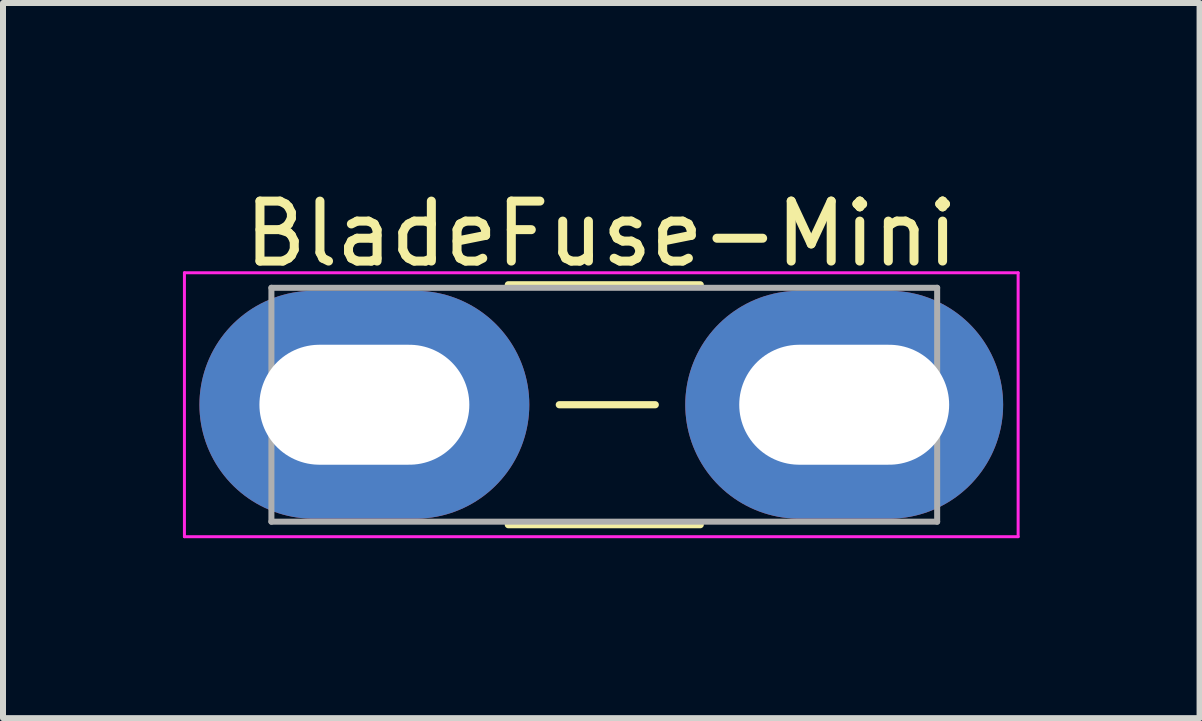
<source format=kicad_pcb>
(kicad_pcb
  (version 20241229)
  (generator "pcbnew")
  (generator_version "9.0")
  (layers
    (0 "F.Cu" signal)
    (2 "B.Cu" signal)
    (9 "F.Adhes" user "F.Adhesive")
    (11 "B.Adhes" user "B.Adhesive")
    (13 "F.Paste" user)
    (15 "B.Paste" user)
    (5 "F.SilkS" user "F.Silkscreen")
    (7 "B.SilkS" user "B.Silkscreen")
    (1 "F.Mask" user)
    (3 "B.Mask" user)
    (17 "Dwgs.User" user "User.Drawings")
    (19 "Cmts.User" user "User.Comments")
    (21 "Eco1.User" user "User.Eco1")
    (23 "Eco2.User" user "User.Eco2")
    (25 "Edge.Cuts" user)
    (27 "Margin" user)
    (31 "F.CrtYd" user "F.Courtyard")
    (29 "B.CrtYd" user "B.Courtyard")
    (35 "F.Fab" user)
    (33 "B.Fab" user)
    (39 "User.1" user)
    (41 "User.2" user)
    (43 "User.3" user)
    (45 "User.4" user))
  (footprint "BladeFuse-Mini"
    (layer "F.Cu")
    (at 3.025 3.698)
    (property "Reference" "BladeFuse-Mini" (at 3.95 -2.85 0) (layer "F.SilkS") (effects (font (size 1 1) (thickness 0.15))))
    (attr through_hole)
    (fp_line (start 2.4 -2) (end 5.6 -2) (stroke (width 0.12) (type solid)) (layer "F.SilkS"))
    (fp_line (start 3.25 0) (end 4.85 0) (stroke (width 0.12) (type solid)) (layer "F.SilkS"))
    (fp_line (start 5.6 2) (end 2.4 2) (stroke (width 0.12) (type solid)) (layer "F.SilkS"))
    (fp_line (start -3 -2.2) (end -3 2.2) (stroke (width 0.05) (type solid)) (layer "F.CrtYd"))
    (fp_line (start -3 -2.2) (end 10.9 -2.2) (stroke (width 0.05) (type solid)) (layer "F.CrtYd"))
    (fp_line (start 10.9 2.2) (end -3 2.2) (stroke (width 0.05) (type solid)) (layer "F.CrtYd"))
    (fp_line (start 10.9 2.2) (end 10.9 -2.2) (stroke (width 0.05) (type solid)) (layer "F.CrtYd"))
    (fp_line (start -1.55 -1.95) (end 9.55 -1.95) (stroke (width 0.1) (type solid)) (layer "F.Fab"))
    (fp_line (start -1.55 1.95) (end -1.55 -1.95) (stroke (width 0.1) (type solid)) (layer "F.Fab"))
    (fp_line (start 9.55 -1.95) (end 9.55 1.95) (stroke (width 0.1) (type solid)) (layer "F.Fab"))
    (fp_line (start 9.55 1.95) (end -1.55 1.95) (stroke (width 0.1) (type solid)) (layer "F.Fab"))
    (pad "1" thru_hole oval (at 0 0) (size 5.5 3.8) (drill oval 3.5 2) (layers "*.Cu" "*.Mask"))
    (pad "2" thru_hole oval (at 8 0) (size 5.3 3.8) (drill oval 3.5 2) (layers "*.Cu" "*.Mask")))
  (gr_rect
    (start -3 -3)
    (end 16.95 8.923)
    (stroke (width 0.1) (type default))
    (fill no)
    (layer "Edge.Cuts")))
</source>
